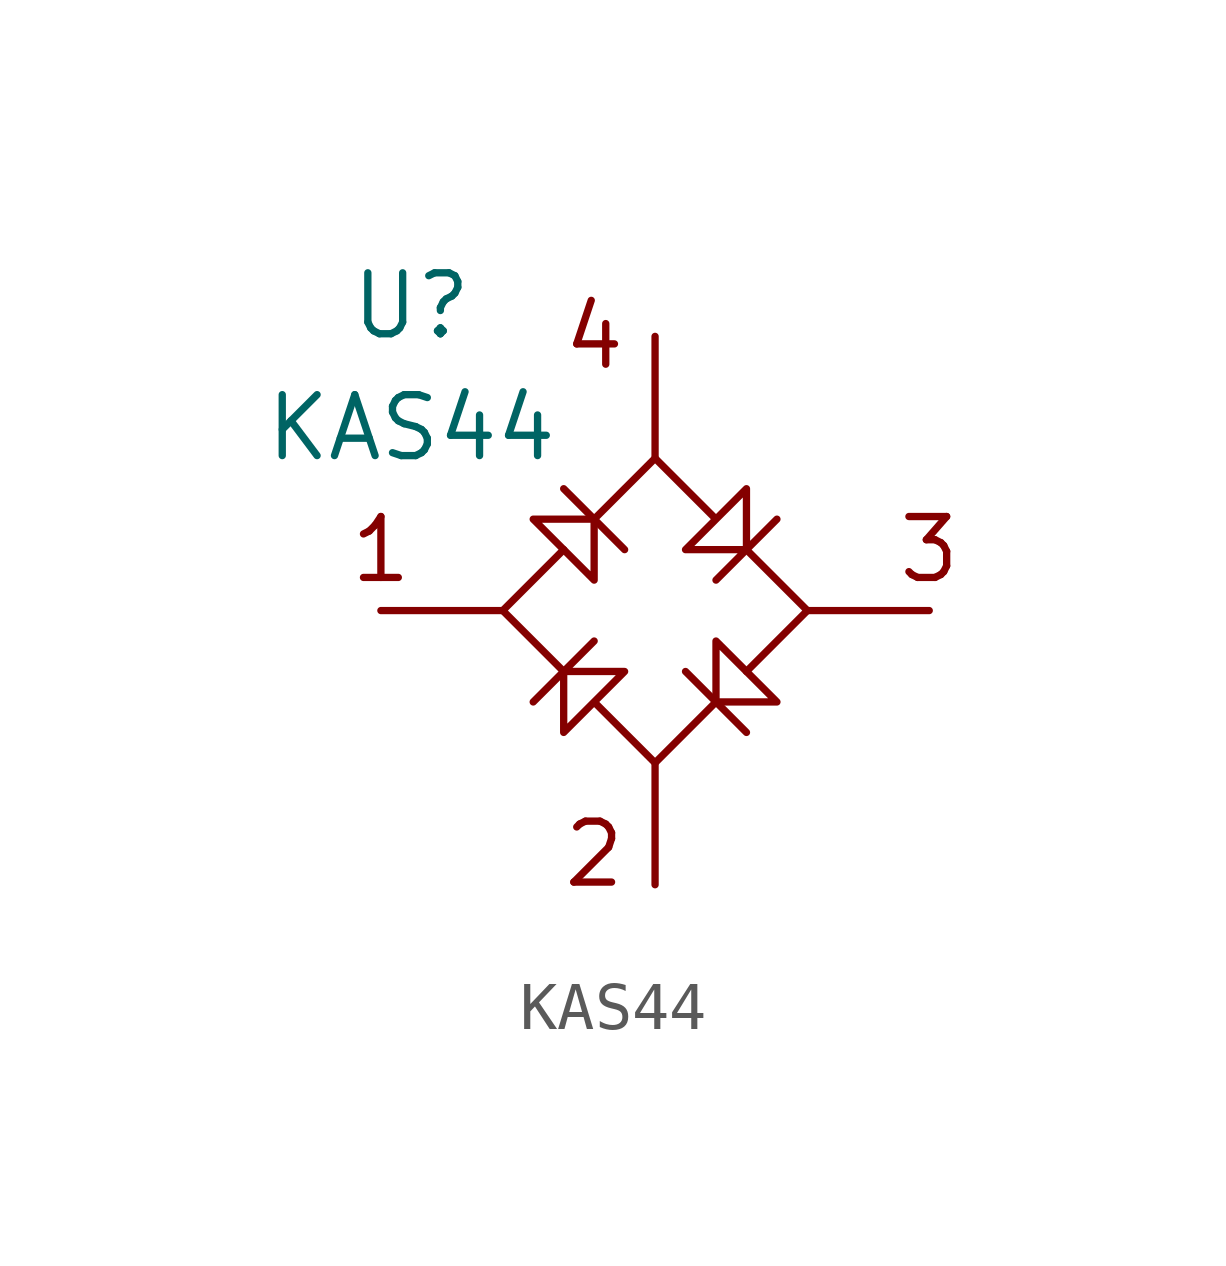
<source format=kicad_sym>
(kicad_symbol_lib
  (version 20211014)
  (generator kicad_symbol_editor)
  (symbol "KAS44"
    (property "Reference" "U"
      (at -5.08 6.35 0)
      (effects (font (size 1.27 1.27))))
    (property "Value" "KAS44"
      (at -5.08 3.81 0)
      (effects (font (size 1.27 1.27))))
    (symbol "KAS44_0_0"
      (text "1" (at -5.715 1.27 0) (effects (font (size 1.27 1.27))))
      (text "2" (at -1.27 -5.08 0) (effects (font (size 1.27 1.27))))
      (text "3" (at 5.715 1.27 0) (effects (font (size 1.27 1.27))))
      (text "4" (at -1.27 5.715 0) (effects (font (size 1.27 1.27)))))
    (symbol "KAS44_0_1"
      (polyline (pts (xy -1.905 2.54) (xy -0.635 1.27)) (stroke (width 0) (type default) (color 0 0 0 0)) (fill (type none)))
      (polyline (pts (xy 1.905 -2.54) (xy 0.635 -1.27)) (stroke (width 0) (type default) (color 0 0 0 0)) (fill (type none)))
      (polyline (pts (xy -1.905 -1.27) (xy -3.175 0) (xy -1.905 1.27)) (stroke (width 0) (type default) (color 0 0 0 0)) (fill (type none)))
      (polyline (pts (xy 1.905 1.27) (xy 3.175 0) (xy 1.905 -1.27) (xy 2.54 -0.635)) (stroke (width 0) (type default) (color 0 0 0 0)) (fill (type none)))
      (polyline (pts (xy -1.27 0.635) (xy -1.27 1.905) (xy -2.54 1.905) (xy -1.27 0.635) (xy -1.27 1.905)) (stroke (width 0) (type default) (color 0 0 0 0)) (fill (type none)))
      (polyline (pts (xy 1.27 -0.635) (xy 1.27 -1.905) (xy 2.54 -1.905) (xy 1.27 -0.635) (xy 1.27 -1.905)) (stroke (width 0) (type default) (color 0 0 0 0)) (fill (type none)))
      (polyline (pts (xy -1.27 1.905) (xy 0 3.175) (xy 1.27 1.905) (xy 1.905 2.54) (xy 0.635 1.27) (xy 1.905 1.27) (xy 1.905 2.54) (xy 1.905 1.27) (xy 1.27 0.635) (xy 2.54 1.905)) (stroke (width 0) (type default) (color 0 0 0 0)) (fill (type none)))
      (polyline (pts (xy 1.27 -1.905) (xy 0 -3.175) (xy -1.27 -1.905) (xy -1.905 -2.54) (xy -0.635 -1.27) (xy -1.905 -1.27) (xy -1.905 -2.54) (xy -1.905 -1.27) (xy -1.27 -0.635) (xy -2.54 -1.905)) (stroke (width 0) (type default) (color 0 0 0 0)) (fill (type none))))
    (symbol "KAS44_1_1"
      (pin bidirectional line (at -5.715 0 0) (length 2.54) (name "" (effects (font (size 1.27 1.27)))) (number "" (effects (font (size 1.27 1.27)))))
      (pin bidirectional line (at 0 -5.715 90) (length 2.54) (name "" (effects (font (size 1.27 1.27)))) (number "" (effects (font (size 1.27 1.27)))))
      (pin bidirectional line (at 0 5.715 270) (length 2.54) (name "" (effects (font (size 1.27 1.27)))) (number "" (effects (font (size 1.27 1.27)))))
      (pin bidirectional line (at 5.715 0 180) (length 2.54) (name "" (effects (font (size 1.27 1.27)))) (number "" (effects (font (size 1.27 1.27))))))))
</source>
